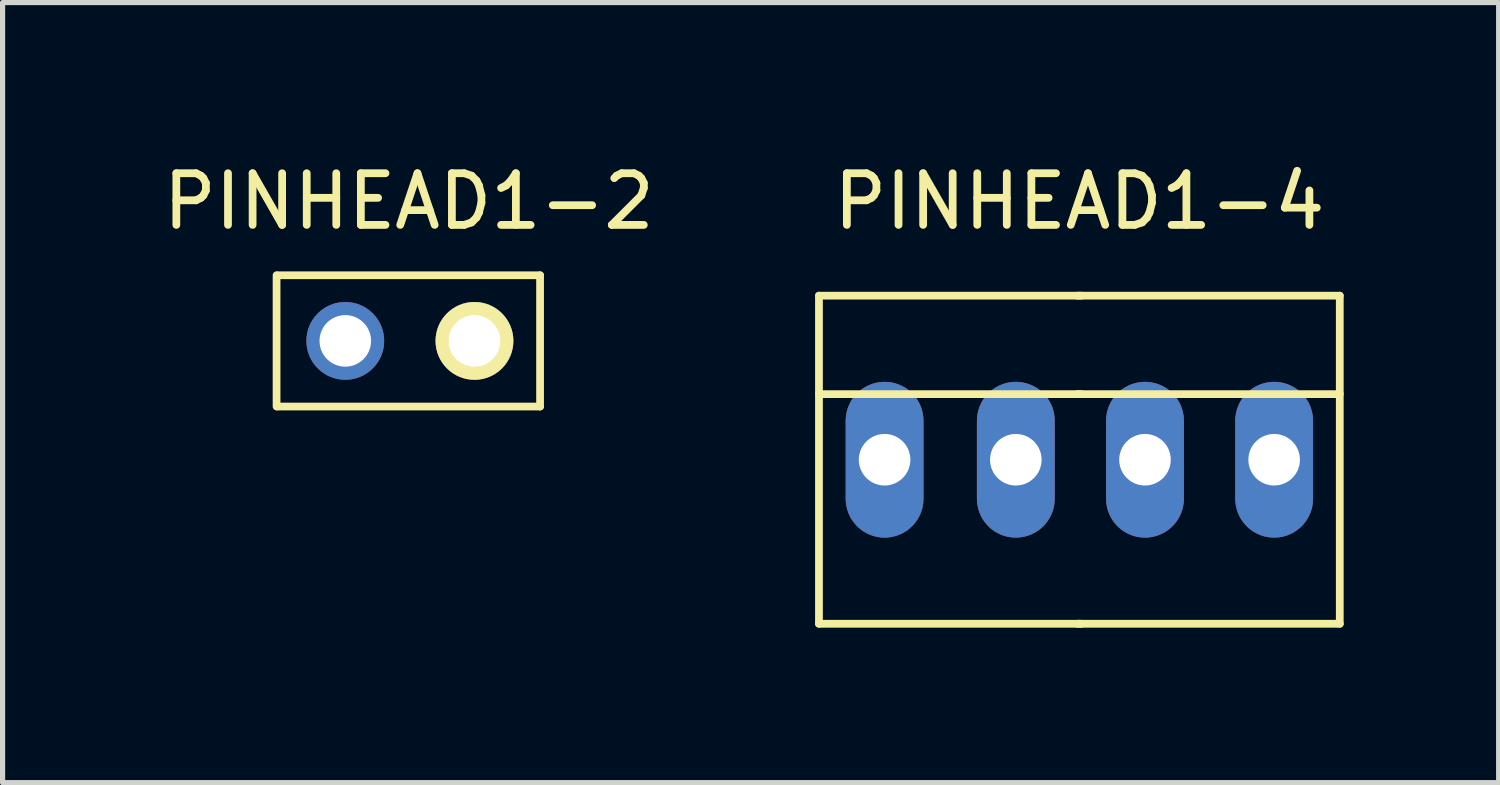
<source format=kicad_pcb>
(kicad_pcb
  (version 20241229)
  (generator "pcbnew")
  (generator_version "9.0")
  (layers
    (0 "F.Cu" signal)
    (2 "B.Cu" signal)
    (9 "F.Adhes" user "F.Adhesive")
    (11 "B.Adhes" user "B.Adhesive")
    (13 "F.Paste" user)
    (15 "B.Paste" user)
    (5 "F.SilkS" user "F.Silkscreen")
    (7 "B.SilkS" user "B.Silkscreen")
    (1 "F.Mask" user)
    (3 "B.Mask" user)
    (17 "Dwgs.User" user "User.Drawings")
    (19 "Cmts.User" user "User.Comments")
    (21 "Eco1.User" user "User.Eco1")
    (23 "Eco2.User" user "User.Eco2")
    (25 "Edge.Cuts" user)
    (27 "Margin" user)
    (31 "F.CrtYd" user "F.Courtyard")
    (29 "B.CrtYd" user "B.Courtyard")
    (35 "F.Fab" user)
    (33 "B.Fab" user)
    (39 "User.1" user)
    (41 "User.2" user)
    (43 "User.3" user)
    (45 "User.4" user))
  (footprint "PINHEAD1-2"
    (layer "F.Cu")
    (at 4.863 3.548)
    (property "Reference" "PINHEAD1-2" (at 0 -2.7 0) (layer "F.SilkS") (effects (font (size 1 1) (thickness 0.15))))
    (attr exclude_from_pos_files exclude_from_bom)
    (fp_line (start -2.56 -1.27) (end -2.56 1.27) (stroke (width 0.15) (type solid)) (layer "F.SilkS"))
    (fp_line (start -2.54 -1.27) (end 2.54 -1.27) (stroke (width 0.15) (type solid)) (layer "F.SilkS"))
    (fp_line (start -2.54 1.27) (end 2.54 1.27) (stroke (width 0.15) (type solid)) (layer "F.SilkS"))
    (fp_line (start 2.54 -1.27) (end 2.54 1.27) (stroke (width 0.15) (type solid)) (layer "F.SilkS"))
    (pad "1" thru_hole circle (at -1.23 0) (size 1.506 1.506) (drill 0.998) (layers "*.Cu" "*.Mask"))
    (pad "2" thru_hole circle (at 1.27 0) (size 1.506 1.506) (drill 0.998) (layers "*.Cu" "*.Mask" "F.SilkS")))
  (footprint "PINHEAD1-4"
    (layer "F.Cu")
    (at 17.841 5.848)
    (property "Reference" "PINHEAD1-4" (at 0 -5 0) (layer "F.SilkS") (effects (font (size 1 1) (thickness 0.15))))
    (attr exclude_from_pos_files exclude_from_bom)
    (fp_line (start -5.04 -3.175) (end -5.04 3.175) (stroke (width 0.15) (type solid)) (layer "F.SilkS"))
    (fp_line (start -5.04 -3.175) (end 0.04 -3.175) (stroke (width 0.15) (type solid)) (layer "F.SilkS"))
    (fp_line (start -0.04 -3.175) (end 5.04 -3.175) (stroke (width 0.15) (type solid)) (layer "F.SilkS"))
    (fp_line (start 0.04 -1.27) (end -5.04 -1.27) (stroke (width 0.15) (type solid)) (layer "F.SilkS"))
    (fp_line (start 0.04 3.175) (end -5.04 3.175) (stroke (width 0.15) (type solid)) (layer "F.SilkS"))
    (fp_line (start 5.04 -3.175) (end 5.04 3.175) (stroke (width 0.15) (type solid)) (layer "F.SilkS"))
    (fp_line (start 5.04 -1.27) (end -0.04 -1.27) (stroke (width 0.15) (type solid)) (layer "F.SilkS"))
    (fp_line (start 5.04 3.175) (end -0.04 3.175) (stroke (width 0.15) (type solid)) (layer "F.SilkS"))
    (pad "1" thru_hole oval (at -3.77 0) (size 1.506 3.015) (drill 0.998) (layers "*.Cu" "*.Mask"))
    (pad "2" thru_hole oval (at -1.23 0) (size 1.506 3.015) (drill 0.998) (layers "*.Cu" "*.Mask"))
    (pad "3" thru_hole oval (at 1.27 0) (size 1.506 3.015) (drill 0.998) (layers "*.Cu" "*.Mask"))
    (pad "4" thru_hole oval (at 3.77 0) (size 1.506 3.015) (drill 0.998) (layers "*.Cu" "*.Mask")))
  (gr_rect
    (start -3 -3)
    (end 25.956 12.098)
    (stroke (width 0.1) (type default))
    (fill no)
    (layer "Edge.Cuts")))
</source>
